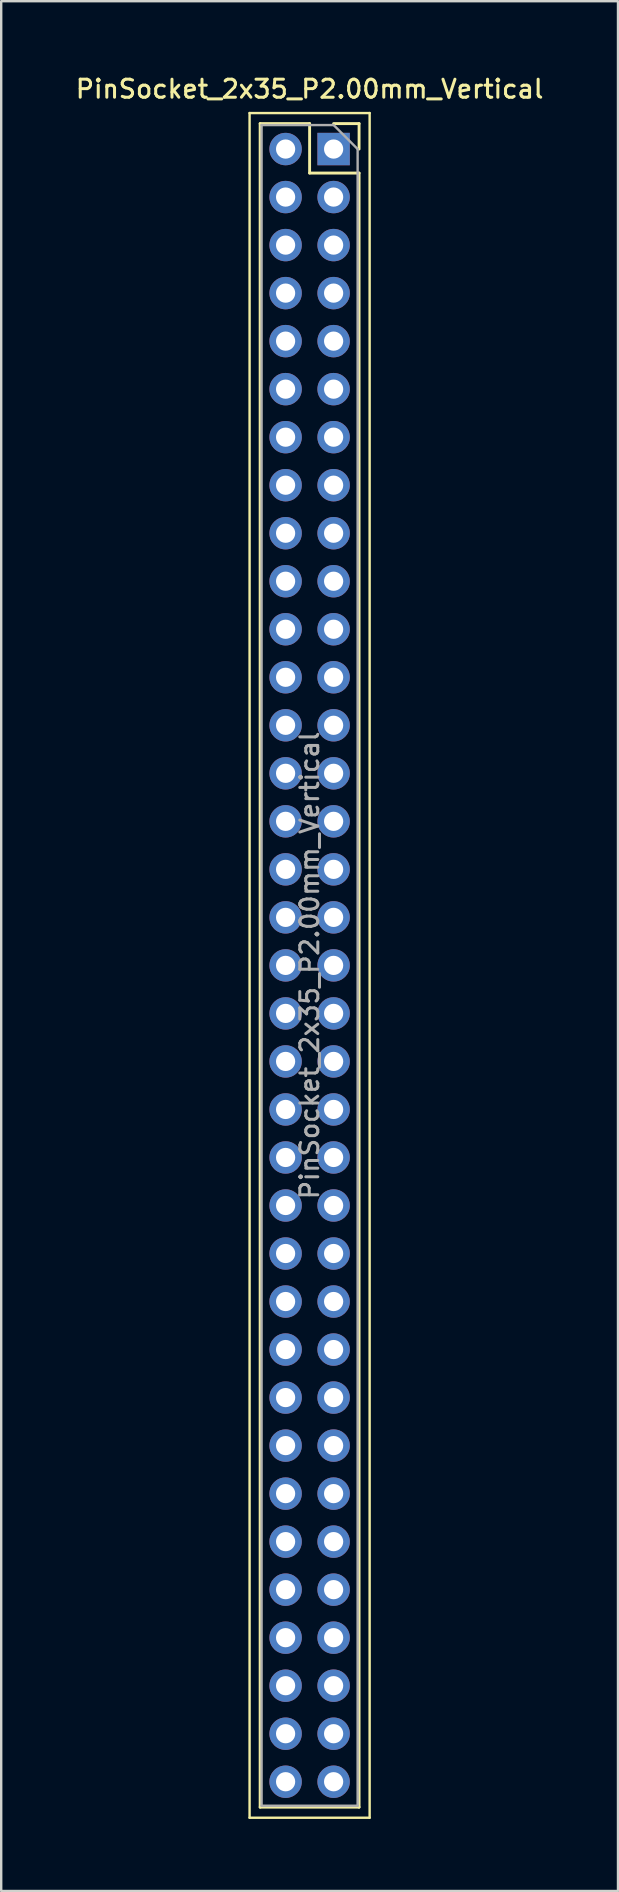
<source format=kicad_pcb>
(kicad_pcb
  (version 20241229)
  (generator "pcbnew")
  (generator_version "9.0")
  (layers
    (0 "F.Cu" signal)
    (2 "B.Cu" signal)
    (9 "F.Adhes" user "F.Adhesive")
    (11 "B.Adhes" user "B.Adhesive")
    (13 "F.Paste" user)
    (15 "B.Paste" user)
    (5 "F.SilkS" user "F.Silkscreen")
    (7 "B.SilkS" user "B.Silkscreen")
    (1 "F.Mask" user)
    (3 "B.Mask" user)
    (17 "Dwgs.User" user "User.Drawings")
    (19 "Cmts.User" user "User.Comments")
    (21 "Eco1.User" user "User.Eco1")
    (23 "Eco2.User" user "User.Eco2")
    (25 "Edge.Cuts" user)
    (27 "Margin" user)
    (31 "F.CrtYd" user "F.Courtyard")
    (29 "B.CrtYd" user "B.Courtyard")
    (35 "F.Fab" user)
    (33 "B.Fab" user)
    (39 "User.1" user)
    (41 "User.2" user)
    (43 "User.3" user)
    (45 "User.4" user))
  (footprint "PinSocket_2x35_P2.00mm_Vertical"
    (layer "F.Cu")
    (at 10.845 3.158)
    (property "Reference" "PinSocket_2x35_P2.00mm_Vertical" (at -1 -2.5 0) (layer "F.SilkS") (effects (font (size 0.75 0.75) (thickness 0.125))))
    (attr through_hole)
    (fp_line (start -3.5 -1.5) (end 1.5 -1.5) (stroke (width 0.1) (type solid)) (layer "F.SilkS"))
    (fp_line (start -3.5 69.5) (end -3.5 -1.5) (stroke (width 0.1) (type solid)) (layer "F.SilkS"))
    (fp_line (start -3.06 -1.06) (end -3.06 69.06) (stroke (width 0.12) (type solid)) (layer "F.SilkS"))
    (fp_line (start -3.06 -1.06) (end -1 -1.06) (stroke (width 0.12) (type solid)) (layer "F.SilkS"))
    (fp_line (start -3.06 69.06) (end 1.06 69.06) (stroke (width 0.12) (type solid)) (layer "F.SilkS"))
    (fp_line (start -1 -1.06) (end -1 1) (stroke (width 0.12) (type solid)) (layer "F.SilkS"))
    (fp_line (start -1 1) (end 1.06 1) (stroke (width 0.12) (type solid)) (layer "F.SilkS"))
    (fp_line (start 0 -1.06) (end 1.06 -1.06) (stroke (width 0.12) (type solid)) (layer "F.SilkS"))
    (fp_line (start 1.06 -1.06) (end 1.06 0) (stroke (width 0.12) (type solid)) (layer "F.SilkS"))
    (fp_line (start 1.06 1) (end 1.06 69.06) (stroke (width 0.12) (type solid)) (layer "F.SilkS"))
    (fp_line (start 1.5 -1.5) (end 1.5 69.5) (stroke (width 0.1) (type solid)) (layer "F.SilkS"))
    (fp_line (start 1.5 69.5) (end -3.5 69.5) (stroke (width 0.1) (type solid)) (layer "F.SilkS"))
    (fp_line (start -3 -1) (end 0 -1) (stroke (width 0.1) (type solid)) (layer "F.Fab"))
    (fp_line (start -3 69) (end -3 -1) (stroke (width 0.1) (type solid)) (layer "F.Fab"))
    (fp_line (start 0 -1) (end 1 0) (stroke (width 0.1) (type solid)) (layer "F.Fab"))
    (fp_line (start 1 0) (end 1 69) (stroke (width 0.1) (type solid)) (layer "F.Fab"))
    (fp_line (start 1 69) (end -3 69) (stroke (width 0.1) (type solid)) (layer "F.Fab"))
    (fp_text user "${REFERENCE}" (at -1 34 90) (layer "F.Fab") (effects (font (size 0.75 0.75) (thickness 0.125))))
    (pad "1" thru_hole rect (at 0 0) (size 1.35 1.35) (drill 0.8) (layers "*.Cu" "*.Mask"))
    (pad "2" thru_hole oval (at -2 0) (size 1.35 1.35) (drill 0.8) (layers "*.Cu" "*.Mask"))
    (pad "3" thru_hole oval (at 0 2) (size 1.35 1.35) (drill 0.8) (layers "*.Cu" "*.Mask"))
    (pad "4" thru_hole oval (at -2 2) (size 1.35 1.35) (drill 0.8) (layers "*.Cu" "*.Mask"))
    (pad "5" thru_hole oval (at 0 4) (size 1.35 1.35) (drill 0.8) (layers "*.Cu" "*.Mask"))
    (pad "6" thru_hole oval (at -2 4) (size 1.35 1.35) (drill 0.8) (layers "*.Cu" "*.Mask"))
    (pad "7" thru_hole oval (at 0 6) (size 1.35 1.35) (drill 0.8) (layers "*.Cu" "*.Mask"))
    (pad "8" thru_hole oval (at -2 6) (size 1.35 1.35) (drill 0.8) (layers "*.Cu" "*.Mask"))
    (pad "9" thru_hole oval (at 0 8) (size 1.35 1.35) (drill 0.8) (layers "*.Cu" "*.Mask"))
    (pad "10" thru_hole oval (at -2 8) (size 1.35 1.35) (drill 0.8) (layers "*.Cu" "*.Mask"))
    (pad "11" thru_hole oval (at 0 10) (size 1.35 1.35) (drill 0.8) (layers "*.Cu" "*.Mask"))
    (pad "12" thru_hole oval (at -2 10) (size 1.35 1.35) (drill 0.8) (layers "*.Cu" "*.Mask"))
    (pad "13" thru_hole oval (at 0 12) (size 1.35 1.35) (drill 0.8) (layers "*.Cu" "*.Mask"))
    (pad "14" thru_hole oval (at -2 12) (size 1.35 1.35) (drill 0.8) (layers "*.Cu" "*.Mask"))
    (pad "15" thru_hole oval (at 0 14) (size 1.35 1.35) (drill 0.8) (layers "*.Cu" "*.Mask"))
    (pad "16" thru_hole oval (at -2 14) (size 1.35 1.35) (drill 0.8) (layers "*.Cu" "*.Mask"))
    (pad "17" thru_hole oval (at 0 16) (size 1.35 1.35) (drill 0.8) (layers "*.Cu" "*.Mask"))
    (pad "18" thru_hole oval (at -2 16) (size 1.35 1.35) (drill 0.8) (layers "*.Cu" "*.Mask"))
    (pad "19" thru_hole oval (at 0 18) (size 1.35 1.35) (drill 0.8) (layers "*.Cu" "*.Mask"))
    (pad "20" thru_hole oval (at -2 18) (size 1.35 1.35) (drill 0.8) (layers "*.Cu" "*.Mask"))
    (pad "21" thru_hole oval (at 0 20) (size 1.35 1.35) (drill 0.8) (layers "*.Cu" "*.Mask"))
    (pad "22" thru_hole oval (at -2 20) (size 1.35 1.35) (drill 0.8) (layers "*.Cu" "*.Mask"))
    (pad "23" thru_hole oval (at 0 22) (size 1.35 1.35) (drill 0.8) (layers "*.Cu" "*.Mask"))
    (pad "24" thru_hole oval (at -2 22) (size 1.35 1.35) (drill 0.8) (layers "*.Cu" "*.Mask"))
    (pad "25" thru_hole oval (at 0 24) (size 1.35 1.35) (drill 0.8) (layers "*.Cu" "*.Mask"))
    (pad "26" thru_hole oval (at -2 24) (size 1.35 1.35) (drill 0.8) (layers "*.Cu" "*.Mask"))
    (pad "27" thru_hole oval (at 0 26) (size 1.35 1.35) (drill 0.8) (layers "*.Cu" "*.Mask"))
    (pad "28" thru_hole oval (at -2 26) (size 1.35 1.35) (drill 0.8) (layers "*.Cu" "*.Mask"))
    (pad "29" thru_hole oval (at 0 28) (size 1.35 1.35) (drill 0.8) (layers "*.Cu" "*.Mask"))
    (pad "30" thru_hole oval (at -2 28) (size 1.35 1.35) (drill 0.8) (layers "*.Cu" "*.Mask"))
    (pad "31" thru_hole oval (at 0 30) (size 1.35 1.35) (drill 0.8) (layers "*.Cu" "*.Mask"))
    (pad "32" thru_hole oval (at -2 30) (size 1.35 1.35) (drill 0.8) (layers "*.Cu" "*.Mask"))
    (pad "33" thru_hole oval (at 0 32) (size 1.35 1.35) (drill 0.8) (layers "*.Cu" "*.Mask"))
    (pad "34" thru_hole oval (at -2 32) (size 1.35 1.35) (drill 0.8) (layers "*.Cu" "*.Mask"))
    (pad "35" thru_hole oval (at 0 34) (size 1.35 1.35) (drill 0.8) (layers "*.Cu" "*.Mask"))
    (pad "36" thru_hole oval (at -2 34) (size 1.35 1.35) (drill 0.8) (layers "*.Cu" "*.Mask"))
    (pad "37" thru_hole oval (at 0 36) (size 1.35 1.35) (drill 0.8) (layers "*.Cu" "*.Mask"))
    (pad "38" thru_hole oval (at -2 36) (size 1.35 1.35) (drill 0.8) (layers "*.Cu" "*.Mask"))
    (pad "39" thru_hole oval (at 0 38) (size 1.35 1.35) (drill 0.8) (layers "*.Cu" "*.Mask"))
    (pad "40" thru_hole oval (at -2 38) (size 1.35 1.35) (drill 0.8) (layers "*.Cu" "*.Mask"))
    (pad "41" thru_hole oval (at 0 40) (size 1.35 1.35) (drill 0.8) (layers "*.Cu" "*.Mask"))
    (pad "42" thru_hole oval (at -2 40) (size 1.35 1.35) (drill 0.8) (layers "*.Cu" "*.Mask"))
    (pad "43" thru_hole oval (at 0 42) (size 1.35 1.35) (drill 0.8) (layers "*.Cu" "*.Mask"))
    (pad "44" thru_hole oval (at -2 42) (size 1.35 1.35) (drill 0.8) (layers "*.Cu" "*.Mask"))
    (pad "45" thru_hole oval (at 0 44) (size 1.35 1.35) (drill 0.8) (layers "*.Cu" "*.Mask"))
    (pad "46" thru_hole oval (at -2 44) (size 1.35 1.35) (drill 0.8) (layers "*.Cu" "*.Mask"))
    (pad "47" thru_hole oval (at 0 46) (size 1.35 1.35) (drill 0.8) (layers "*.Cu" "*.Mask"))
    (pad "48" thru_hole oval (at -2 46) (size 1.35 1.35) (drill 0.8) (layers "*.Cu" "*.Mask"))
    (pad "49" thru_hole oval (at 0 48) (size 1.35 1.35) (drill 0.8) (layers "*.Cu" "*.Mask"))
    (pad "50" thru_hole oval (at -2 48) (size 1.35 1.35) (drill 0.8) (layers "*.Cu" "*.Mask"))
    (pad "51" thru_hole oval (at 0 50) (size 1.35 1.35) (drill 0.8) (layers "*.Cu" "*.Mask"))
    (pad "52" thru_hole oval (at -2 50) (size 1.35 1.35) (drill 0.8) (layers "*.Cu" "*.Mask"))
    (pad "53" thru_hole oval (at 0 52) (size 1.35 1.35) (drill 0.8) (layers "*.Cu" "*.Mask"))
    (pad "54" thru_hole oval (at -2 52) (size 1.35 1.35) (drill 0.8) (layers "*.Cu" "*.Mask"))
    (pad "55" thru_hole oval (at 0 54) (size 1.35 1.35) (drill 0.8) (layers "*.Cu" "*.Mask"))
    (pad "56" thru_hole oval (at -2 54) (size 1.35 1.35) (drill 0.8) (layers "*.Cu" "*.Mask"))
    (pad "57" thru_hole oval (at 0 56) (size 1.35 1.35) (drill 0.8) (layers "*.Cu" "*.Mask"))
    (pad "58" thru_hole oval (at -2 56) (size 1.35 1.35) (drill 0.8) (layers "*.Cu" "*.Mask"))
    (pad "59" thru_hole oval (at 0 58) (size 1.35 1.35) (drill 0.8) (layers "*.Cu" "*.Mask"))
    (pad "60" thru_hole oval (at -2 58) (size 1.35 1.35) (drill 0.8) (layers "*.Cu" "*.Mask"))
    (pad "61" thru_hole oval (at 0 60) (size 1.35 1.35) (drill 0.8) (layers "*.Cu" "*.Mask"))
    (pad "62" thru_hole oval (at -2 60) (size 1.35 1.35) (drill 0.8) (layers "*.Cu" "*.Mask"))
    (pad "63" thru_hole oval (at 0 62) (size 1.35 1.35) (drill 0.8) (layers "*.Cu" "*.Mask"))
    (pad "64" thru_hole oval (at -2 62) (size 1.35 1.35) (drill 0.8) (layers "*.Cu" "*.Mask"))
    (pad "65" thru_hole oval (at 0 64) (size 1.35 1.35) (drill 0.8) (layers "*.Cu" "*.Mask"))
    (pad "66" thru_hole oval (at -2 64) (size 1.35 1.35) (drill 0.8) (layers "*.Cu" "*.Mask"))
    (pad "67" thru_hole oval (at 0 66) (size 1.35 1.35) (drill 0.8) (layers "*.Cu" "*.Mask"))
    (pad "68" thru_hole oval (at -2 66) (size 1.35 1.35) (drill 0.8) (layers "*.Cu" "*.Mask"))
    (pad "69" thru_hole oval (at 0 68) (size 1.35 1.35) (drill 0.8) (layers "*.Cu" "*.Mask"))
    (pad "70" thru_hole oval (at -2 68) (size 1.35 1.35) (drill 0.8) (layers "*.Cu" "*.Mask")))
  (gr_rect
    (start -3 -3)
    (end 22.689 75.708)
    (stroke (width 0.1) (type default))
    (fill no)
    (layer "Edge.Cuts")))
</source>
